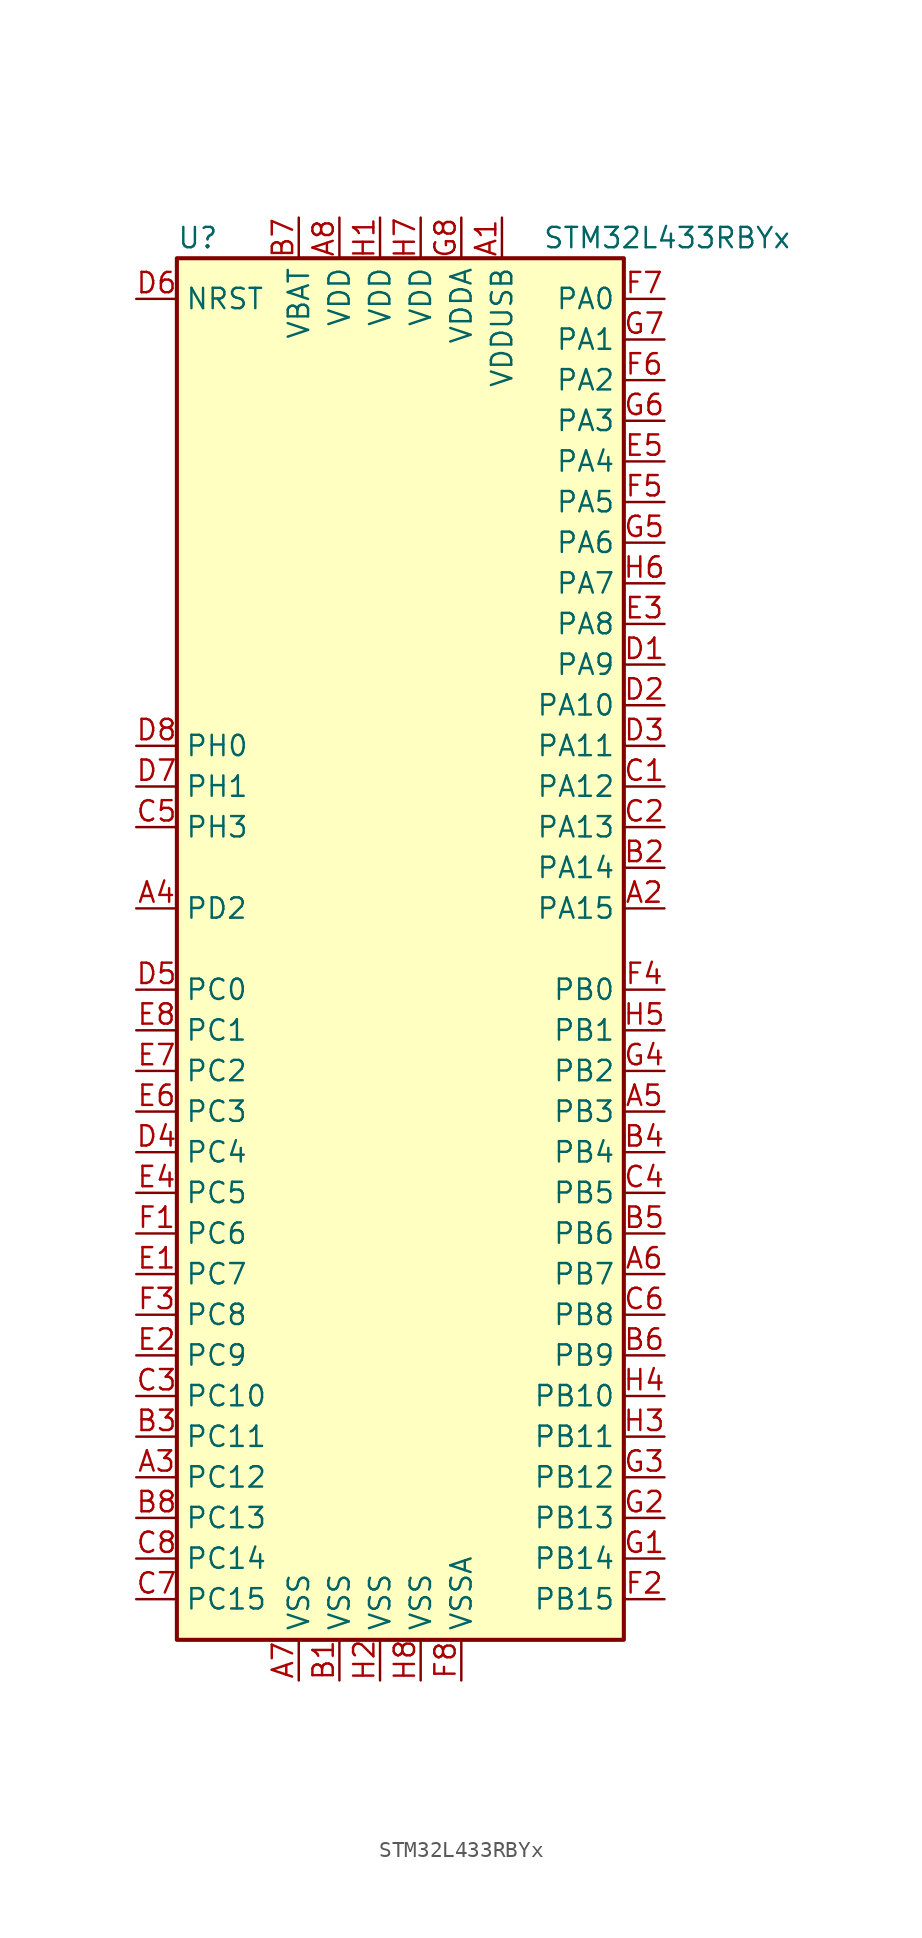
<source format=kicad_sym>
(kicad_symbol_lib
  (version 20201005)
  (generator kicad_symbol_editor)
  (symbol "MCU_ST_STM32L4:STM32L433RBYx"
    (property "Reference" "U"
      (at -15.24 44.45 0)
      (effects (font (size 1.27 1.27)) (justify left)))
    (property "Value" "STM32L433RBYx"
      (at 7.62 44.45 0)
      (effects (font (size 1.27 1.27)) (justify left)))
    (symbol "STM32L433RBYx_0_1"
      (rectangle (start -15.24 -43.18) (end 12.7 43.18) (stroke (width 0.254)) (fill (type background))))
    (symbol "STM32L433RBYx_1_1"
      (pin power_in line (at 5.08 45.72 270) (length 2.54) (name "VDDUSB" (effects (font (size 1.27 1.27)))) (number "A1" (effects (font (size 1.27 1.27)))))
      (pin bidirectional line (at 15.24 2.54 180) (length 2.54) (name "PA15" (effects (font (size 1.27 1.27)))) (number "A2" (effects (font (size 1.27 1.27)))))
      (pin bidirectional line (at -17.78 -33.02 0) (length 2.54) (name "PC12" (effects (font (size 1.27 1.27)))) (number "A3" (effects (font (size 1.27 1.27)))))
      (pin bidirectional line (at -17.78 2.54 0) (length 2.54) (name "PD2" (effects (font (size 1.27 1.27)))) (number "A4" (effects (font (size 1.27 1.27)))))
      (pin bidirectional line (at 15.24 -10.16 180) (length 2.54) (name "PB3" (effects (font (size 1.27 1.27)))) (number "A5" (effects (font (size 1.27 1.27)))))
      (pin bidirectional line (at 15.24 -20.32 180) (length 2.54) (name "PB7" (effects (font (size 1.27 1.27)))) (number "A6" (effects (font (size 1.27 1.27)))))
      (pin power_in line (at -7.62 -45.72 90) (length 2.54) (name "VSS" (effects (font (size 1.27 1.27)))) (number "A7" (effects (font (size 1.27 1.27)))))
      (pin power_in line (at -5.08 45.72 270) (length 2.54) (name "VDD" (effects (font (size 1.27 1.27)))) (number "A8" (effects (font (size 1.27 1.27)))))
      (pin power_in line (at -5.08 -45.72 90) (length 2.54) (name "VSS" (effects (font (size 1.27 1.27)))) (number "B1" (effects (font (size 1.27 1.27)))))
      (pin bidirectional line (at 15.24 5.08 180) (length 2.54) (name "PA14" (effects (font (size 1.27 1.27)))) (number "B2" (effects (font (size 1.27 1.27)))))
      (pin bidirectional line (at -17.78 -30.48 0) (length 2.54) (name "PC11" (effects (font (size 1.27 1.27)))) (number "B3" (effects (font (size 1.27 1.27)))))
      (pin bidirectional line (at 15.24 -12.7 180) (length 2.54) (name "PB4" (effects (font (size 1.27 1.27)))) (number "B4" (effects (font (size 1.27 1.27)))))
      (pin bidirectional line (at 15.24 -17.78 180) (length 2.54) (name "PB6" (effects (font (size 1.27 1.27)))) (number "B5" (effects (font (size 1.27 1.27)))))
      (pin bidirectional line (at 15.24 -25.4 180) (length 2.54) (name "PB9" (effects (font (size 1.27 1.27)))) (number "B6" (effects (font (size 1.27 1.27)))))
      (pin power_in line (at -7.62 45.72 270) (length 2.54) (name "VBAT" (effects (font (size 1.27 1.27)))) (number "B7" (effects (font (size 1.27 1.27)))))
      (pin bidirectional line (at -17.78 -35.56 0) (length 2.54) (name "PC13" (effects (font (size 1.27 1.27)))) (number "B8" (effects (font (size 1.27 1.27)))))
      (pin bidirectional line (at 15.24 10.16 180) (length 2.54) (name "PA12" (effects (font (size 1.27 1.27)))) (number "C1" (effects (font (size 1.27 1.27)))))
      (pin bidirectional line (at 15.24 7.62 180) (length 2.54) (name "PA13" (effects (font (size 1.27 1.27)))) (number "C2" (effects (font (size 1.27 1.27)))))
      (pin bidirectional line (at -17.78 -27.94 0) (length 2.54) (name "PC10" (effects (font (size 1.27 1.27)))) (number "C3" (effects (font (size 1.27 1.27)))))
      (pin bidirectional line (at 15.24 -15.24 180) (length 2.54) (name "PB5" (effects (font (size 1.27 1.27)))) (number "C4" (effects (font (size 1.27 1.27)))))
      (pin bidirectional line (at -17.78 7.62 0) (length 2.54) (name "PH3" (effects (font (size 1.27 1.27)))) (number "C5" (effects (font (size 1.27 1.27)))))
      (pin bidirectional line (at 15.24 -22.86 180) (length 2.54) (name "PB8" (effects (font (size 1.27 1.27)))) (number "C6" (effects (font (size 1.27 1.27)))))
      (pin bidirectional line (at -17.78 -40.64 0) (length 2.54) (name "PC15" (effects (font (size 1.27 1.27)))) (number "C7" (effects (font (size 1.27 1.27)))))
      (pin bidirectional line (at -17.78 -38.1 0) (length 2.54) (name "PC14" (effects (font (size 1.27 1.27)))) (number "C8" (effects (font (size 1.27 1.27)))))
      (pin bidirectional line (at 15.24 17.78 180) (length 2.54) (name "PA9" (effects (font (size 1.27 1.27)))) (number "D1" (effects (font (size 1.27 1.27)))))
      (pin bidirectional line (at 15.24 15.24 180) (length 2.54) (name "PA10" (effects (font (size 1.27 1.27)))) (number "D2" (effects (font (size 1.27 1.27)))))
      (pin bidirectional line (at 15.24 12.7 180) (length 2.54) (name "PA11" (effects (font (size 1.27 1.27)))) (number "D3" (effects (font (size 1.27 1.27)))))
      (pin bidirectional line (at -17.78 -12.7 0) (length 2.54) (name "PC4" (effects (font (size 1.27 1.27)))) (number "D4" (effects (font (size 1.27 1.27)))))
      (pin bidirectional line (at -17.78 -2.54 0) (length 2.54) (name "PC0" (effects (font (size 1.27 1.27)))) (number "D5" (effects (font (size 1.27 1.27)))))
      (pin input line (at -17.78 40.64 0) (length 2.54) (name "NRST" (effects (font (size 1.27 1.27)))) (number "D6" (effects (font (size 1.27 1.27)))))
      (pin input line (at -17.78 10.16 0) (length 2.54) (name "PH1" (effects (font (size 1.27 1.27)))) (number "D7" (effects (font (size 1.27 1.27)))))
      (pin input line (at -17.78 12.7 0) (length 2.54) (name "PH0" (effects (font (size 1.27 1.27)))) (number "D8" (effects (font (size 1.27 1.27)))))
      (pin bidirectional line (at -17.78 -20.32 0) (length 2.54) (name "PC7" (effects (font (size 1.27 1.27)))) (number "E1" (effects (font (size 1.27 1.27)))))
      (pin bidirectional line (at -17.78 -25.4 0) (length 2.54) (name "PC9" (effects (font (size 1.27 1.27)))) (number "E2" (effects (font (size 1.27 1.27)))))
      (pin bidirectional line (at 15.24 20.32 180) (length 2.54) (name "PA8" (effects (font (size 1.27 1.27)))) (number "E3" (effects (font (size 1.27 1.27)))))
      (pin bidirectional line (at -17.78 -15.24 0) (length 2.54) (name "PC5" (effects (font (size 1.27 1.27)))) (number "E4" (effects (font (size 1.27 1.27)))))
      (pin bidirectional line (at 15.24 30.48 180) (length 2.54) (name "PA4" (effects (font (size 1.27 1.27)))) (number "E5" (effects (font (size 1.27 1.27)))))
      (pin bidirectional line (at -17.78 -10.16 0) (length 2.54) (name "PC3" (effects (font (size 1.27 1.27)))) (number "E6" (effects (font (size 1.27 1.27)))))
      (pin bidirectional line (at -17.78 -7.62 0) (length 2.54) (name "PC2" (effects (font (size 1.27 1.27)))) (number "E7" (effects (font (size 1.27 1.27)))))
      (pin bidirectional line (at -17.78 -5.08 0) (length 2.54) (name "PC1" (effects (font (size 1.27 1.27)))) (number "E8" (effects (font (size 1.27 1.27)))))
      (pin bidirectional line (at -17.78 -17.78 0) (length 2.54) (name "PC6" (effects (font (size 1.27 1.27)))) (number "F1" (effects (font (size 1.27 1.27)))))
      (pin bidirectional line (at 15.24 -40.64 180) (length 2.54) (name "PB15" (effects (font (size 1.27 1.27)))) (number "F2" (effects (font (size 1.27 1.27)))))
      (pin bidirectional line (at -17.78 -22.86 0) (length 2.54) (name "PC8" (effects (font (size 1.27 1.27)))) (number "F3" (effects (font (size 1.27 1.27)))))
      (pin bidirectional line (at 15.24 -2.54 180) (length 2.54) (name "PB0" (effects (font (size 1.27 1.27)))) (number "F4" (effects (font (size 1.27 1.27)))))
      (pin bidirectional line (at 15.24 27.94 180) (length 2.54) (name "PA5" (effects (font (size 1.27 1.27)))) (number "F5" (effects (font (size 1.27 1.27)))))
      (pin bidirectional line (at 15.24 35.56 180) (length 2.54) (name "PA2" (effects (font (size 1.27 1.27)))) (number "F6" (effects (font (size 1.27 1.27)))))
      (pin bidirectional line (at 15.24 40.64 180) (length 2.54) (name "PA0" (effects (font (size 1.27 1.27)))) (number "F7" (effects (font (size 1.27 1.27)))))
      (pin power_in line (at 2.54 -45.72 90) (length 2.54) (name "VSSA" (effects (font (size 1.27 1.27)))) (number "F8" (effects (font (size 1.27 1.27)))))
      (pin bidirectional line (at 15.24 -38.1 180) (length 2.54) (name "PB14" (effects (font (size 1.27 1.27)))) (number "G1" (effects (font (size 1.27 1.27)))))
      (pin bidirectional line (at 15.24 -35.56 180) (length 2.54) (name "PB13" (effects (font (size 1.27 1.27)))) (number "G2" (effects (font (size 1.27 1.27)))))
      (pin bidirectional line (at 15.24 -33.02 180) (length 2.54) (name "PB12" (effects (font (size 1.27 1.27)))) (number "G3" (effects (font (size 1.27 1.27)))))
      (pin bidirectional line (at 15.24 -7.62 180) (length 2.54) (name "PB2" (effects (font (size 1.27 1.27)))) (number "G4" (effects (font (size 1.27 1.27)))))
      (pin bidirectional line (at 15.24 25.4 180) (length 2.54) (name "PA6" (effects (font (size 1.27 1.27)))) (number "G5" (effects (font (size 1.27 1.27)))))
      (pin bidirectional line (at 15.24 33.02 180) (length 2.54) (name "PA3" (effects (font (size 1.27 1.27)))) (number "G6" (effects (font (size 1.27 1.27)))))
      (pin bidirectional line (at 15.24 38.1 180) (length 2.54) (name "PA1" (effects (font (size 1.27 1.27)))) (number "G7" (effects (font (size 1.27 1.27)))))
      (pin power_in line (at 2.54 45.72 270) (length 2.54) (name "VDDA" (effects (font (size 1.27 1.27)))) (number "G8" (effects (font (size 1.27 1.27)))))
      (pin power_in line (at -2.54 45.72 270) (length 2.54) (name "VDD" (effects (font (size 1.27 1.27)))) (number "H1" (effects (font (size 1.27 1.27)))))
      (pin power_in line (at -2.54 -45.72 90) (length 2.54) (name "VSS" (effects (font (size 1.27 1.27)))) (number "H2" (effects (font (size 1.27 1.27)))))
      (pin bidirectional line (at 15.24 -30.48 180) (length 2.54) (name "PB11" (effects (font (size 1.27 1.27)))) (number "H3" (effects (font (size 1.27 1.27)))))
      (pin bidirectional line (at 15.24 -27.94 180) (length 2.54) (name "PB10" (effects (font (size 1.27 1.27)))) (number "H4" (effects (font (size 1.27 1.27)))))
      (pin bidirectional line (at 15.24 -5.08 180) (length 2.54) (name "PB1" (effects (font (size 1.27 1.27)))) (number "H5" (effects (font (size 1.27 1.27)))))
      (pin bidirectional line (at 15.24 22.86 180) (length 2.54) (name "PA7" (effects (font (size 1.27 1.27)))) (number "H6" (effects (font (size 1.27 1.27)))))
      (pin power_in line (at 0 45.72 270) (length 2.54) (name "VDD" (effects (font (size 1.27 1.27)))) (number "H7" (effects (font (size 1.27 1.27)))))
      (pin power_in line (at 0 -45.72 90) (length 2.54) (name "VSS" (effects (font (size 1.27 1.27)))) (number "H8" (effects (font (size 1.27 1.27))))))))
</source>
